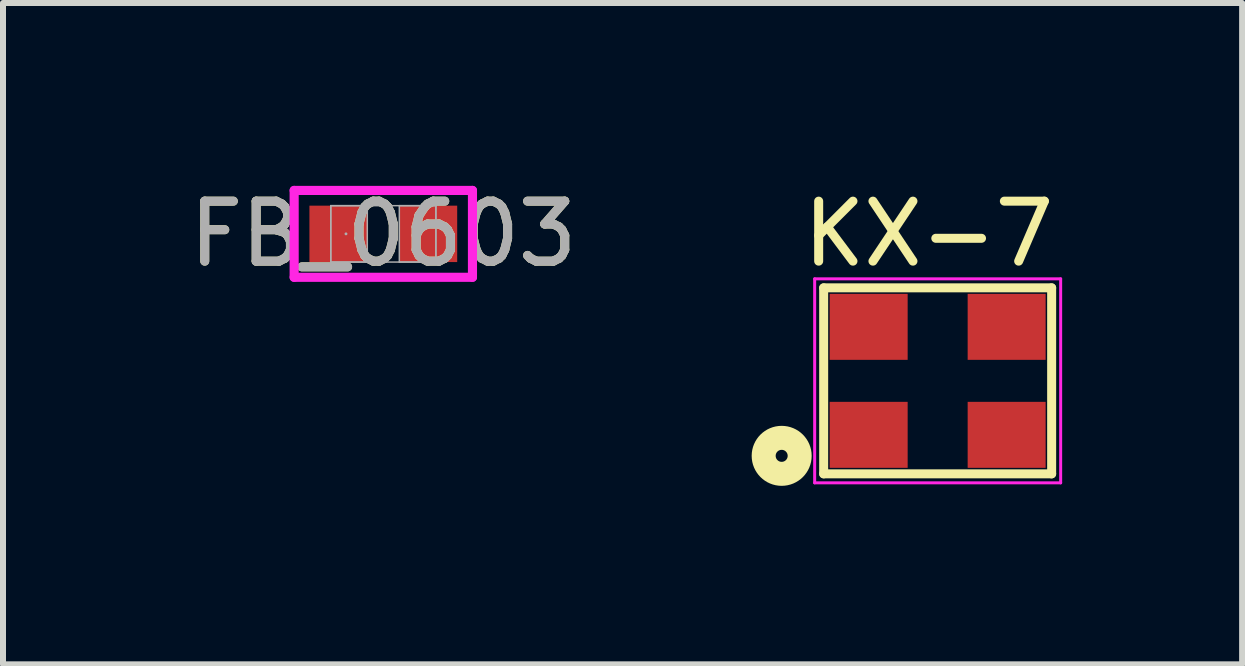
<source format=kicad_pcb>
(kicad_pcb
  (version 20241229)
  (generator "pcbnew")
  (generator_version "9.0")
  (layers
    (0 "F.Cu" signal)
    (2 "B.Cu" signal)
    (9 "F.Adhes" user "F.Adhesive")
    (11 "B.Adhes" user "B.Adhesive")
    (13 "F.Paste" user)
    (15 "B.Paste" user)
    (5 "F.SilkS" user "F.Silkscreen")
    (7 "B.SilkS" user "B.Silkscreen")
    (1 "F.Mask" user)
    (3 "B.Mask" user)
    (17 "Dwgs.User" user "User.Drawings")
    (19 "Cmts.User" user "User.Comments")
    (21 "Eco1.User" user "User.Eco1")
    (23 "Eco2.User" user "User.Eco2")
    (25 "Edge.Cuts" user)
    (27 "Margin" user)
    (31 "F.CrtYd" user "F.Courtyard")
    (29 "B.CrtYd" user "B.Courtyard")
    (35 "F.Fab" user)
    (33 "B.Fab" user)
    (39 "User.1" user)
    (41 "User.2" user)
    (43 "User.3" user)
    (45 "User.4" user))
  (footprint "FB_0603"
    (layer "F.Cu")
    (at 3.339 0.848)
    (property "Reference" "FB_0603" (at 0 0 0) (unlocked yes) (layer "F.SilkS") (effects (font (size 1 1) (thickness 0.15))))
    (attr smd)
    (fp_line (start -1.486 -0.724) (end 1.486 -0.724) (stroke (width 0.152) (type solid)) (layer "F.CrtYd"))
    (fp_line (start -1.486 0.724) (end -1.486 -0.724) (stroke (width 0.152) (type solid)) (layer "F.CrtYd"))
    (fp_line (start 1.486 -0.724) (end 1.486 0.724) (stroke (width 0.152) (type solid)) (layer "F.CrtYd"))
    (fp_line (start 1.486 0.724) (end -1.486 0.724) (stroke (width 0.152) (type solid)) (layer "F.CrtYd"))
    (fp_line (start -0.876 -0.47) (end -0.876 0.47) (stroke (width 0.025) (type solid)) (layer "F.Fab"))
    (fp_line (start -0.876 -0.47) (end -0.876 0.47) (stroke (width 0.025) (type solid)) (layer "F.Fab"))
    (fp_line (start -0.876 0.47) (end -0.267 0.47) (stroke (width 0.025) (type solid)) (layer "F.Fab"))
    (fp_line (start -0.876 0.47) (end 0.876 0.47) (stroke (width 0.025) (type solid)) (layer "F.Fab"))
    (fp_line (start -0.267 -0.47) (end -0.876 -0.47) (stroke (width 0.025) (type solid)) (layer "F.Fab"))
    (fp_line (start -0.267 0.47) (end -0.267 -0.47) (stroke (width 0.025) (type solid)) (layer "F.Fab"))
    (fp_line (start 0.267 -0.47) (end 0.267 0.47) (stroke (width 0.025) (type solid)) (layer "F.Fab"))
    (fp_line (start 0.267 0.47) (end 0.876 0.47) (stroke (width 0.025) (type solid)) (layer "F.Fab"))
    (fp_line (start 0.876 -0.47) (end -0.876 -0.47) (stroke (width 0.025) (type solid)) (layer "F.Fab"))
    (fp_line (start 0.876 -0.47) (end 0.267 -0.47) (stroke (width 0.025) (type solid)) (layer "F.Fab"))
    (fp_line (start 0.876 0.47) (end 0.876 -0.47) (stroke (width 0.025) (type solid)) (layer "F.Fab"))
    (fp_line (start 0.876 0.47) (end 0.876 -0.47) (stroke (width 0.025) (type solid)) (layer "F.Fab"))
    (fp_circle (center -0.622 0) (end -0.622 0) (stroke (width 0.025) (type solid)) (fill no) (layer "F.Fab"))
    (fp_text user "${REFERENCE}" (at 0 0 0) (unlocked yes) (layer "F.Fab") (effects (font (size 1 1) (thickness 0.15))))
    (pad "1" smd rect (at -0.749 0) (size 0.965 0.94) (layers "F.Cu" "F.Mask" "F.Paste"))
    (pad "2" smd rect (at 0.749 0) (size 0.965 0.94) (layers "F.Cu" "F.Mask" "F.Paste"))
    (zone (net_name "") (layer "F.Cu") (hatch full 0.508) (connect_pads) (min_thickness 0.254) (filled_areas_thickness no) (keepout (tracks not_allowed) (vias not_allowed) (pads allowed) (copperpour not_allowed) (footprints allowed)) (placement (enabled no)) (fill) (polygon (pts (xy 3.123 0.429) (xy 3.555 0.429) (xy 3.555 1.267) (xy 3.123 1.267)))))
  (footprint "KX-7"
    (layer "F.Cu")
    (at 12.529 3.248)
    (property "Reference" "KX-7" (at -0.1 -2.4 180) (layer "F.SilkS") (effects (font (size 1 1) (thickness 0.15))))
    (attr smd)
    (fp_line (start -1.85 -1.5) (end 1.95 -1.5) (stroke (width 0.15) (type solid)) (layer "F.SilkS"))
    (fp_line (start -1.85 1.6) (end -1.85 -1.5) (stroke (width 0.15) (type solid)) (layer "F.SilkS"))
    (fp_line (start 1.95 -1.5) (end 1.95 1.6) (stroke (width 0.15) (type solid)) (layer "F.SilkS"))
    (fp_line (start 1.95 1.6) (end -1.85 1.6) (stroke (width 0.15) (type solid)) (layer "F.SilkS"))
    (fp_circle (center -2.55 1.3) (end -2.45 1.3) (stroke (width 0.4) (type solid)) (fill no) (layer "F.SilkS"))
    (fp_line (start -2 -1.65) (end 2.1 -1.65) (stroke (width 0.05) (type solid)) (layer "F.CrtYd"))
    (fp_line (start -2 1.75) (end -2 -1.65) (stroke (width 0.05) (type solid)) (layer "F.CrtYd"))
    (fp_line (start 2.1 -1.65) (end 2.1 1.75) (stroke (width 0.05) (type solid)) (layer "F.CrtYd"))
    (fp_line (start 2.1 1.75) (end -2 1.75) (stroke (width 0.05) (type solid)) (layer "F.CrtYd"))
    (pad "1" smd rect (at -1.1 0.95) (size 1.3 1.1) (layers "F.Cu" "F.Mask" "F.Paste"))
    (pad "2" smd rect (at 1.2 0.95) (size 1.3 1.1) (layers "F.Cu" "F.Mask" "F.Paste"))
    (pad "3" smd rect (at 1.2 -0.85) (size 1.3 1.1) (layers "F.Cu" "F.Mask" "F.Paste"))
    (pad "4" smd rect (at -1.1 -0.85) (size 1.3 1.1) (layers "F.Cu" "F.Mask" "F.Paste")))
  (gr_rect
    (start -3 -3)
    (end 17.654 8.023)
    (stroke (width 0.1) (type default))
    (fill no)
    (layer "Edge.Cuts")))
</source>
